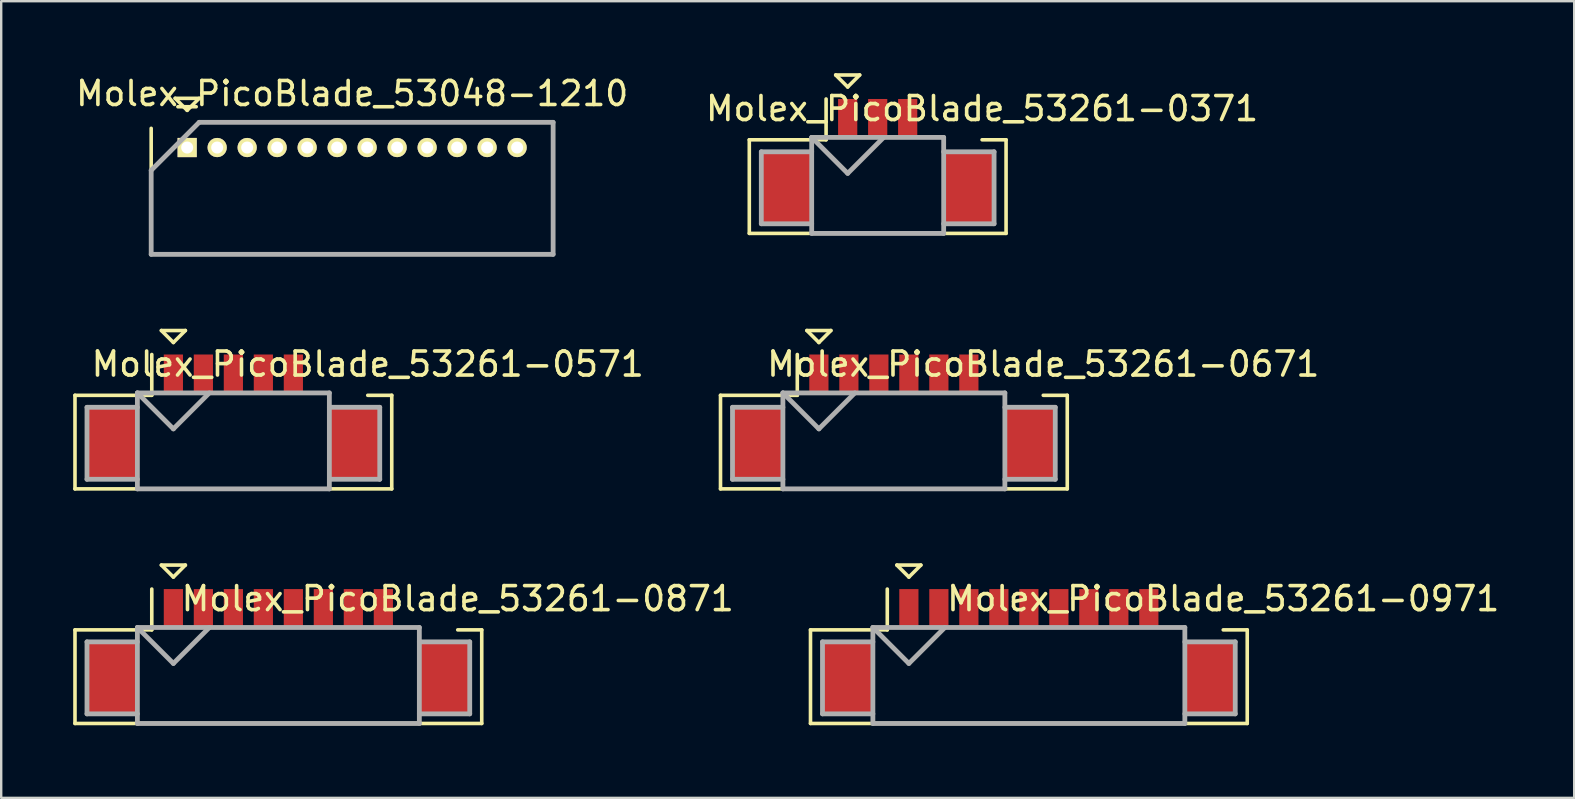
<source format=kicad_pcb>
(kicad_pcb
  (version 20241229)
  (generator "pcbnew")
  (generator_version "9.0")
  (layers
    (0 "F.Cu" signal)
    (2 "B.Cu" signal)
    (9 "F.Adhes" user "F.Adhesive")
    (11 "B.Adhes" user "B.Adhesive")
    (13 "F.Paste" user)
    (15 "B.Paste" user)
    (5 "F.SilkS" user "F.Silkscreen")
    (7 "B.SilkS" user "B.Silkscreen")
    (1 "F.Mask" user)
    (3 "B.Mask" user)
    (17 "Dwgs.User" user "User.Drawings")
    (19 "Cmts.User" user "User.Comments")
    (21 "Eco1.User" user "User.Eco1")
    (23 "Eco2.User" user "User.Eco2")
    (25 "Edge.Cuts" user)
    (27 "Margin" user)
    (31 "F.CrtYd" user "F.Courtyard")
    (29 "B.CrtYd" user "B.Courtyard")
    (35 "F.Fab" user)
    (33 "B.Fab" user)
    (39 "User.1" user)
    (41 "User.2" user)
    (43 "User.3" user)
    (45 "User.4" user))
  (footprint "Molex_PicoBlade_53261-0871"
    (layer "F.Cu")
    (at 8.55 25.198)
    (property "Reference" "Molex_PicoBlade_53261-0871" (at 7.475 -3.3 0) (layer "F.SilkS") (effects (font (size 1 1) (thickness 0.15))))
    (attr smd)
    (fp_line (start -8.475 -2) (end -8.475 1.9) (stroke (width 0.15) (type solid)) (layer "F.SilkS"))
    (fp_line (start -8.475 1.9) (end 8.475 1.9) (stroke (width 0.15) (type solid)) (layer "F.SilkS"))
    (fp_line (start -5.275 -3.7) (end -5.275 -2) (stroke (width 0.15) (type solid)) (layer "F.SilkS"))
    (fp_line (start -5.275 -2) (end -8.475 -2) (stroke (width 0.15) (type solid)) (layer "F.SilkS"))
    (fp_line (start -4.875 -4.7) (end -3.875 -4.7) (stroke (width 0.15) (type solid)) (layer "F.SilkS"))
    (fp_line (start -4.375 -4.2) (end -4.875 -4.7) (stroke (width 0.15) (type solid)) (layer "F.SilkS"))
    (fp_line (start -3.875 -4.7) (end -4.375 -4.2) (stroke (width 0.15) (type solid)) (layer "F.SilkS"))
    (fp_line (start 8.475 -2) (end 7.475 -2) (stroke (width 0.15) (type solid)) (layer "F.SilkS"))
    (fp_line (start 8.475 1.9) (end 8.475 -2) (stroke (width 0.15) (type solid)) (layer "F.SilkS"))
    (fp_line (start -7.975 -1.5) (end -7.975 1.5) (stroke (width 0.2) (type solid)) (layer "F.Fab"))
    (fp_line (start -7.975 1.5) (end -5.875 1.5) (stroke (width 0.2) (type solid)) (layer "F.Fab"))
    (fp_line (start -5.875 -2.1) (end -5.875 1.9) (stroke (width 0.2) (type solid)) (layer "F.Fab"))
    (fp_line (start -5.875 -2.1) (end -4.375 -0.6) (stroke (width 0.2) (type solid)) (layer "F.Fab"))
    (fp_line (start -5.875 -1.5) (end -7.975 -1.5) (stroke (width 0.2) (type solid)) (layer "F.Fab"))
    (fp_line (start -5.875 1.9) (end 5.875 1.9) (stroke (width 0.2) (type solid)) (layer "F.Fab"))
    (fp_line (start -4.375 -0.6) (end -2.875 -2.1) (stroke (width 0.2) (type solid)) (layer "F.Fab"))
    (fp_line (start 5.875 -2.1) (end -5.875 -2.1) (stroke (width 0.2) (type solid)) (layer "F.Fab"))
    (fp_line (start 5.875 -1.5) (end 7.975 -1.5) (stroke (width 0.2) (type solid)) (layer "F.Fab"))
    (fp_line (start 5.875 1.9) (end 5.875 -2.1) (stroke (width 0.2) (type solid)) (layer "F.Fab"))
    (fp_line (start 7.975 -1.5) (end 7.975 1.5) (stroke (width 0.2) (type solid)) (layer "F.Fab"))
    (fp_line (start 7.975 1.5) (end 5.875 1.5) (stroke (width 0.2) (type solid)) (layer "F.Fab"))
    (pad "" smd rect (at -6.925 0) (size 2.1 3) (layers "F.Cu" "F.Mask" "F.Paste"))
    (pad "" smd rect (at 6.925 0) (size 2.1 3) (layers "F.Cu" "F.Mask" "F.Paste"))
    (pad "1" smd rect (at -4.375 -2.9) (size 0.8 1.6) (layers "F.Cu" "F.Mask" "F.Paste"))
    (pad "2" smd rect (at -3.125 -2.9) (size 0.8 1.6) (layers "F.Cu" "F.Mask" "F.Paste"))
    (pad "3" smd rect (at -1.875 -2.9) (size 0.8 1.6) (layers "F.Cu" "F.Mask" "F.Paste"))
    (pad "4" smd rect (at -0.625 -2.9) (size 0.8 1.6) (layers "F.Cu" "F.Mask" "F.Paste"))
    (pad "5" smd rect (at 0.625 -2.9) (size 0.8 1.6) (layers "F.Cu" "F.Mask" "F.Paste"))
    (pad "6" smd rect (at 1.875 -2.9) (size 0.8 1.6) (layers "F.Cu" "F.Mask" "F.Paste"))
    (pad "7" smd rect (at 3.125 -2.9) (size 0.8 1.6) (layers "F.Cu" "F.Mask" "F.Paste"))
    (pad "8" smd rect (at 4.375 -2.9) (size 0.8 1.6) (layers "F.Cu" "F.Mask" "F.Paste")))
  (footprint "Molex_PicoBlade_53261-0671"
    (layer "F.Cu")
    (at 34.2 15.423)
    (property "Reference" "Molex_PicoBlade_53261-0671" (at 6.225 -3.3 0) (layer "F.SilkS") (effects (font (size 1 1) (thickness 0.15))))
    (attr smd)
    (fp_line (start -7.225 -2) (end -7.225 1.9) (stroke (width 0.15) (type solid)) (layer "F.SilkS"))
    (fp_line (start -7.225 1.9) (end 7.225 1.9) (stroke (width 0.15) (type solid)) (layer "F.SilkS"))
    (fp_line (start -4.025 -3.7) (end -4.025 -2) (stroke (width 0.15) (type solid)) (layer "F.SilkS"))
    (fp_line (start -4.025 -2) (end -7.225 -2) (stroke (width 0.15) (type solid)) (layer "F.SilkS"))
    (fp_line (start -3.625 -4.7) (end -2.625 -4.7) (stroke (width 0.15) (type solid)) (layer "F.SilkS"))
    (fp_line (start -3.125 -4.2) (end -3.625 -4.7) (stroke (width 0.15) (type solid)) (layer "F.SilkS"))
    (fp_line (start -2.625 -4.7) (end -3.125 -4.2) (stroke (width 0.15) (type solid)) (layer "F.SilkS"))
    (fp_line (start 7.225 -2) (end 6.225 -2) (stroke (width 0.15) (type solid)) (layer "F.SilkS"))
    (fp_line (start 7.225 1.9) (end 7.225 -2) (stroke (width 0.15) (type solid)) (layer "F.SilkS"))
    (fp_line (start -6.725 -1.5) (end -6.725 1.5) (stroke (width 0.2) (type solid)) (layer "F.Fab"))
    (fp_line (start -6.725 1.5) (end -4.625 1.5) (stroke (width 0.2) (type solid)) (layer "F.Fab"))
    (fp_line (start -4.625 -2.1) (end -4.625 1.9) (stroke (width 0.2) (type solid)) (layer "F.Fab"))
    (fp_line (start -4.625 -2.1) (end -3.125 -0.6) (stroke (width 0.2) (type solid)) (layer "F.Fab"))
    (fp_line (start -4.625 -1.5) (end -6.725 -1.5) (stroke (width 0.2) (type solid)) (layer "F.Fab"))
    (fp_line (start -4.625 1.9) (end 4.625 1.9) (stroke (width 0.2) (type solid)) (layer "F.Fab"))
    (fp_line (start -3.125 -0.6) (end -1.625 -2.1) (stroke (width 0.2) (type solid)) (layer "F.Fab"))
    (fp_line (start 4.625 -2.1) (end -4.625 -2.1) (stroke (width 0.2) (type solid)) (layer "F.Fab"))
    (fp_line (start 4.625 -1.5) (end 6.725 -1.5) (stroke (width 0.2) (type solid)) (layer "F.Fab"))
    (fp_line (start 4.625 1.9) (end 4.625 -2.1) (stroke (width 0.2) (type solid)) (layer "F.Fab"))
    (fp_line (start 6.725 -1.5) (end 6.725 1.5) (stroke (width 0.2) (type solid)) (layer "F.Fab"))
    (fp_line (start 6.725 1.5) (end 4.625 1.5) (stroke (width 0.2) (type solid)) (layer "F.Fab"))
    (pad "" smd rect (at -5.675 0) (size 2.1 3) (layers "F.Cu" "F.Mask" "F.Paste"))
    (pad "" smd rect (at 5.675 0) (size 2.1 3) (layers "F.Cu" "F.Mask" "F.Paste"))
    (pad "1" smd rect (at -3.125 -2.9) (size 0.8 1.6) (layers "F.Cu" "F.Mask" "F.Paste"))
    (pad "2" smd rect (at -1.875 -2.9) (size 0.8 1.6) (layers "F.Cu" "F.Mask" "F.Paste"))
    (pad "3" smd rect (at -0.625 -2.9) (size 0.8 1.6) (layers "F.Cu" "F.Mask" "F.Paste"))
    (pad "4" smd rect (at 0.625 -2.9) (size 0.8 1.6) (layers "F.Cu" "F.Mask" "F.Paste"))
    (pad "5" smd rect (at 1.875 -2.9) (size 0.8 1.6) (layers "F.Cu" "F.Mask" "F.Paste"))
    (pad "6" smd rect (at 3.125 -2.9) (size 0.8 1.6) (layers "F.Cu" "F.Mask" "F.Paste")))
  (footprint "Molex_PicoBlade_53261-0571"
    (layer "F.Cu")
    (at 6.675 15.423)
    (property "Reference" "Molex_PicoBlade_53261-0571" (at 5.6 -3.3 0) (layer "F.SilkS") (effects (font (size 1 1) (thickness 0.15))))
    (attr smd)
    (fp_line (start -6.6 -2) (end -6.6 1.9) (stroke (width 0.15) (type solid)) (layer "F.SilkS"))
    (fp_line (start -6.6 1.9) (end 6.6 1.9) (stroke (width 0.15) (type solid)) (layer "F.SilkS"))
    (fp_line (start -3.4 -3.7) (end -3.4 -2) (stroke (width 0.15) (type solid)) (layer "F.SilkS"))
    (fp_line (start -3.4 -2) (end -6.6 -2) (stroke (width 0.15) (type solid)) (layer "F.SilkS"))
    (fp_line (start -3 -4.7) (end -2 -4.7) (stroke (width 0.15) (type solid)) (layer "F.SilkS"))
    (fp_line (start -2.5 -4.2) (end -3 -4.7) (stroke (width 0.15) (type solid)) (layer "F.SilkS"))
    (fp_line (start -2 -4.7) (end -2.5 -4.2) (stroke (width 0.15) (type solid)) (layer "F.SilkS"))
    (fp_line (start 6.6 -2) (end 5.6 -2) (stroke (width 0.15) (type solid)) (layer "F.SilkS"))
    (fp_line (start 6.6 1.9) (end 6.6 -2) (stroke (width 0.15) (type solid)) (layer "F.SilkS"))
    (fp_line (start -6.1 -1.5) (end -6.1 1.5) (stroke (width 0.2) (type solid)) (layer "F.Fab"))
    (fp_line (start -6.1 1.5) (end -4 1.5) (stroke (width 0.2) (type solid)) (layer "F.Fab"))
    (fp_line (start -4 -2.1) (end -4 1.9) (stroke (width 0.2) (type solid)) (layer "F.Fab"))
    (fp_line (start -4 -2.1) (end -2.5 -0.6) (stroke (width 0.2) (type solid)) (layer "F.Fab"))
    (fp_line (start -4 -1.5) (end -6.1 -1.5) (stroke (width 0.2) (type solid)) (layer "F.Fab"))
    (fp_line (start -4 1.9) (end 4 1.9) (stroke (width 0.2) (type solid)) (layer "F.Fab"))
    (fp_line (start -2.5 -0.6) (end -1 -2.1) (stroke (width 0.2) (type solid)) (layer "F.Fab"))
    (fp_line (start 4 -2.1) (end -4 -2.1) (stroke (width 0.2) (type solid)) (layer "F.Fab"))
    (fp_line (start 4 -1.5) (end 6.1 -1.5) (stroke (width 0.2) (type solid)) (layer "F.Fab"))
    (fp_line (start 4 1.9) (end 4 -2.1) (stroke (width 0.2) (type solid)) (layer "F.Fab"))
    (fp_line (start 6.1 -1.5) (end 6.1 1.5) (stroke (width 0.2) (type solid)) (layer "F.Fab"))
    (fp_line (start 6.1 1.5) (end 4 1.5) (stroke (width 0.2) (type solid)) (layer "F.Fab"))
    (pad "" smd rect (at -5.05 0) (size 2.1 3) (layers "F.Cu" "F.Mask" "F.Paste"))
    (pad "" smd rect (at 5.05 0) (size 2.1 3) (layers "F.Cu" "F.Mask" "F.Paste"))
    (pad "1" smd rect (at -2.5 -2.9) (size 0.8 1.6) (layers "F.Cu" "F.Mask" "F.Paste"))
    (pad "2" smd rect (at -1.25 -2.9) (size 0.8 1.6) (layers "F.Cu" "F.Mask" "F.Paste"))
    (pad "3" smd rect (at 0 -2.9) (size 0.8 1.6) (layers "F.Cu" "F.Mask" "F.Paste"))
    (pad "4" smd rect (at 1.25 -2.9) (size 0.8 1.6) (layers "F.Cu" "F.Mask" "F.Paste"))
    (pad "5" smd rect (at 2.5 -2.9) (size 0.8 1.6) (layers "F.Cu" "F.Mask" "F.Paste")))
  (footprint "Molex_PicoBlade_53261-0371"
    (layer "F.Cu")
    (at 33.525 4.775)
    (property "Reference" "Molex_PicoBlade_53261-0371" (at 4.35 -3.3 0) (layer "F.SilkS") (effects (font (size 1 1) (thickness 0.15))))
    (attr smd)
    (fp_line (start -5.35 -2) (end -5.35 1.9) (stroke (width 0.15) (type solid)) (layer "F.SilkS"))
    (fp_line (start -5.35 1.9) (end 5.35 1.9) (stroke (width 0.15) (type solid)) (layer "F.SilkS"))
    (fp_line (start -2.15 -3.7) (end -2.15 -2) (stroke (width 0.15) (type solid)) (layer "F.SilkS"))
    (fp_line (start -2.15 -2) (end -5.35 -2) (stroke (width 0.15) (type solid)) (layer "F.SilkS"))
    (fp_line (start -1.75 -4.7) (end -0.75 -4.7) (stroke (width 0.15) (type solid)) (layer "F.SilkS"))
    (fp_line (start -1.25 -4.2) (end -1.75 -4.7) (stroke (width 0.15) (type solid)) (layer "F.SilkS"))
    (fp_line (start -0.75 -4.7) (end -1.25 -4.2) (stroke (width 0.15) (type solid)) (layer "F.SilkS"))
    (fp_line (start 5.35 -2) (end 4.35 -2) (stroke (width 0.15) (type solid)) (layer "F.SilkS"))
    (fp_line (start 5.35 1.9) (end 5.35 -2) (stroke (width 0.15) (type solid)) (layer "F.SilkS"))
    (fp_line (start -4.85 -1.5) (end -4.85 1.5) (stroke (width 0.2) (type solid)) (layer "F.Fab"))
    (fp_line (start -4.85 1.5) (end -2.75 1.5) (stroke (width 0.2) (type solid)) (layer "F.Fab"))
    (fp_line (start -2.75 -2.1) (end -2.75 1.9) (stroke (width 0.2) (type solid)) (layer "F.Fab"))
    (fp_line (start -2.75 -2.1) (end -1.25 -0.6) (stroke (width 0.2) (type solid)) (layer "F.Fab"))
    (fp_line (start -2.75 -1.5) (end -4.85 -1.5) (stroke (width 0.2) (type solid)) (layer "F.Fab"))
    (fp_line (start -2.75 1.9) (end 2.75 1.9) (stroke (width 0.2) (type solid)) (layer "F.Fab"))
    (fp_line (start -1.25 -0.6) (end 0.25 -2.1) (stroke (width 0.2) (type solid)) (layer "F.Fab"))
    (fp_line (start 2.75 -2.1) (end -2.75 -2.1) (stroke (width 0.2) (type solid)) (layer "F.Fab"))
    (fp_line (start 2.75 -1.5) (end 4.85 -1.5) (stroke (width 0.2) (type solid)) (layer "F.Fab"))
    (fp_line (start 2.75 1.9) (end 2.75 -2.1) (stroke (width 0.2) (type solid)) (layer "F.Fab"))
    (fp_line (start 4.85 -1.5) (end 4.85 1.5) (stroke (width 0.2) (type solid)) (layer "F.Fab"))
    (fp_line (start 4.85 1.5) (end 2.75 1.5) (stroke (width 0.2) (type solid)) (layer "F.Fab"))
    (pad "" smd rect (at -3.8 0) (size 2.1 3) (layers "F.Cu" "F.Mask" "F.Paste"))
    (pad "" smd rect (at 3.8 0) (size 2.1 3) (layers "F.Cu" "F.Mask" "F.Paste"))
    (pad "1" smd rect (at -1.25 -2.9) (size 0.8 1.6) (layers "F.Cu" "F.Mask" "F.Paste"))
    (pad "2" smd rect (at 0 -2.9) (size 0.8 1.6) (layers "F.Cu" "F.Mask" "F.Paste"))
    (pad "3" smd rect (at 1.25 -2.9) (size 0.8 1.6) (layers "F.Cu" "F.Mask" "F.Paste")))
  (footprint "Molex_PicoBlade_53048-1210"
    (layer "F.Cu")
    (at 4.75 3.098)
    (property "Reference" "Molex_PicoBlade_53048-1210" (at 6.875 -2.25 0) (layer "F.SilkS") (effects (font (size 1 1) (thickness 0.15))))
    (attr through_hole)
    (fp_line (start -1.5 -0.8) (end -1.5 4.45) (stroke (width 0.15) (type solid)) (layer "F.SilkS"))
    (fp_line (start -1.5 4.45) (end 15.25 4.45) (stroke (width 0.15) (type solid)) (layer "F.SilkS"))
    (fp_line (start -0.5 -2.05) (end 0.5 -2.05) (stroke (width 0.15) (type solid)) (layer "F.SilkS"))
    (fp_line (start 0 -1.55) (end -0.5 -2.05) (stroke (width 0.15) (type solid)) (layer "F.SilkS"))
    (fp_line (start 0.5 -2.05) (end 0 -1.55) (stroke (width 0.15) (type solid)) (layer "F.SilkS"))
    (fp_line (start 15.25 4.45) (end 15.25 0.8) (stroke (width 0.15) (type solid)) (layer "F.SilkS"))
    (fp_line (start -1.5 0.95) (end -1.5 4.45) (stroke (width 0.2) (type solid)) (layer "F.Fab"))
    (fp_line (start -1.5 4.45) (end 15.25 4.45) (stroke (width 0.2) (type solid)) (layer "F.Fab"))
    (fp_line (start 0.5 -1.05) (end -1.5 0.95) (stroke (width 0.2) (type solid)) (layer "F.Fab"))
    (fp_line (start 15.25 -1.05) (end 0.5 -1.05) (stroke (width 0.2) (type solid)) (layer "F.Fab"))
    (fp_line (start 15.25 4.45) (end 15.25 -1.05) (stroke (width 0.2) (type solid)) (layer "F.Fab"))
    (pad "1" thru_hole rect (at 0 0) (size 0.8 0.8) (drill 0.5) (layers "*.Cu" "*.Mask" "F.SilkS"))
    (pad "2" thru_hole oval (at 1.25 0) (size 0.8 0.8) (drill 0.5) (layers "*.Cu" "*.Mask" "F.SilkS"))
    (pad "3" thru_hole oval (at 2.5 0) (size 0.8 0.8) (drill 0.5) (layers "*.Cu" "*.Mask" "F.SilkS"))
    (pad "4" thru_hole oval (at 3.75 0) (size 0.8 0.8) (drill 0.5) (layers "*.Cu" "*.Mask" "F.SilkS"))
    (pad "5" thru_hole oval (at 5 0) (size 0.8 0.8) (drill 0.5) (layers "*.Cu" "*.Mask" "F.SilkS"))
    (pad "6" thru_hole oval (at 6.25 0) (size 0.8 0.8) (drill 0.5) (layers "*.Cu" "*.Mask" "F.SilkS"))
    (pad "7" thru_hole oval (at 7.5 0) (size 0.8 0.8) (drill 0.5) (layers "*.Cu" "*.Mask" "F.SilkS"))
    (pad "8" thru_hole oval (at 8.75 0) (size 0.8 0.8) (drill 0.5) (layers "*.Cu" "*.Mask" "F.SilkS"))
    (pad "9" thru_hole oval (at 10 0) (size 0.8 0.8) (drill 0.5) (layers "*.Cu" "*.Mask" "F.SilkS"))
    (pad "10" thru_hole oval (at 11.25 0) (size 0.8 0.8) (drill 0.5) (layers "*.Cu" "*.Mask" "F.SilkS"))
    (pad "11" thru_hole oval (at 12.5 0) (size 0.8 0.8) (drill 0.5) (layers "*.Cu" "*.Mask" "F.SilkS"))
    (pad "12" thru_hole oval (at 13.75 0) (size 0.8 0.8) (drill 0.5) (layers "*.Cu" "*.Mask" "F.SilkS")))
  (footprint "Molex_PicoBlade_53261-0971"
    (layer "F.Cu")
    (at 39.825 25.198)
    (property "Reference" "Molex_PicoBlade_53261-0971" (at 8.1 -3.3 0) (layer "F.SilkS") (effects (font (size 1 1) (thickness 0.15))))
    (attr smd)
    (fp_line (start -9.1 -2) (end -9.1 1.9) (stroke (width 0.15) (type solid)) (layer "F.SilkS"))
    (fp_line (start -9.1 1.9) (end 9.1 1.9) (stroke (width 0.15) (type solid)) (layer "F.SilkS"))
    (fp_line (start -5.9 -3.7) (end -5.9 -2) (stroke (width 0.15) (type solid)) (layer "F.SilkS"))
    (fp_line (start -5.9 -2) (end -9.1 -2) (stroke (width 0.15) (type solid)) (layer "F.SilkS"))
    (fp_line (start -5.5 -4.7) (end -4.5 -4.7) (stroke (width 0.15) (type solid)) (layer "F.SilkS"))
    (fp_line (start -5 -4.2) (end -5.5 -4.7) (stroke (width 0.15) (type solid)) (layer "F.SilkS"))
    (fp_line (start -4.5 -4.7) (end -5 -4.2) (stroke (width 0.15) (type solid)) (layer "F.SilkS"))
    (fp_line (start 9.1 -2) (end 8.1 -2) (stroke (width 0.15) (type solid)) (layer "F.SilkS"))
    (fp_line (start 9.1 1.9) (end 9.1 -2) (stroke (width 0.15) (type solid)) (layer "F.SilkS"))
    (fp_line (start -8.6 -1.5) (end -8.6 1.5) (stroke (width 0.2) (type solid)) (layer "F.Fab"))
    (fp_line (start -8.6 1.5) (end -6.5 1.5) (stroke (width 0.2) (type solid)) (layer "F.Fab"))
    (fp_line (start -6.5 -2.1) (end -6.5 1.9) (stroke (width 0.2) (type solid)) (layer "F.Fab"))
    (fp_line (start -6.5 -2.1) (end -5 -0.6) (stroke (width 0.2) (type solid)) (layer "F.Fab"))
    (fp_line (start -6.5 -1.5) (end -8.6 -1.5) (stroke (width 0.2) (type solid)) (layer "F.Fab"))
    (fp_line (start -6.5 1.9) (end 6.5 1.9) (stroke (width 0.2) (type solid)) (layer "F.Fab"))
    (fp_line (start -5 -0.6) (end -3.5 -2.1) (stroke (width 0.2) (type solid)) (layer "F.Fab"))
    (fp_line (start 6.5 -2.1) (end -6.5 -2.1) (stroke (width 0.2) (type solid)) (layer "F.Fab"))
    (fp_line (start 6.5 -1.5) (end 8.6 -1.5) (stroke (width 0.2) (type solid)) (layer "F.Fab"))
    (fp_line (start 6.5 1.9) (end 6.5 -2.1) (stroke (width 0.2) (type solid)) (layer "F.Fab"))
    (fp_line (start 8.6 -1.5) (end 8.6 1.5) (stroke (width 0.2) (type solid)) (layer "F.Fab"))
    (fp_line (start 8.6 1.5) (end 6.5 1.5) (stroke (width 0.2) (type solid)) (layer "F.Fab"))
    (pad "" smd rect (at -7.55 0) (size 2.1 3) (layers "F.Cu" "F.Mask" "F.Paste"))
    (pad "" smd rect (at 7.55 0) (size 2.1 3) (layers "F.Cu" "F.Mask" "F.Paste"))
    (pad "1" smd rect (at -5 -2.9) (size 0.8 1.6) (layers "F.Cu" "F.Mask" "F.Paste"))
    (pad "2" smd rect (at -3.75 -2.9) (size 0.8 1.6) (layers "F.Cu" "F.Mask" "F.Paste"))
    (pad "3" smd rect (at -2.5 -2.9) (size 0.8 1.6) (layers "F.Cu" "F.Mask" "F.Paste"))
    (pad "4" smd rect (at -1.25 -2.9) (size 0.8 1.6) (layers "F.Cu" "F.Mask" "F.Paste"))
    (pad "5" smd rect (at 0 -2.9) (size 0.8 1.6) (layers "F.Cu" "F.Mask" "F.Paste"))
    (pad "6" smd rect (at 1.25 -2.9) (size 0.8 1.6) (layers "F.Cu" "F.Mask" "F.Paste"))
    (pad "7" smd rect (at 2.5 -2.9) (size 0.8 1.6) (layers "F.Cu" "F.Mask" "F.Paste"))
    (pad "8" smd rect (at 3.75 -2.9) (size 0.8 1.6) (layers "F.Cu" "F.Mask" "F.Paste"))
    (pad "9" smd rect (at 5 -2.9) (size 0.8 1.6) (layers "F.Cu" "F.Mask" "F.Paste")))
  (gr_rect
    (start -3 -3)
    (end 62.55 30.198)
    (stroke (width 0.1) (type default))
    (fill no)
    (layer "Edge.Cuts")))
</source>
